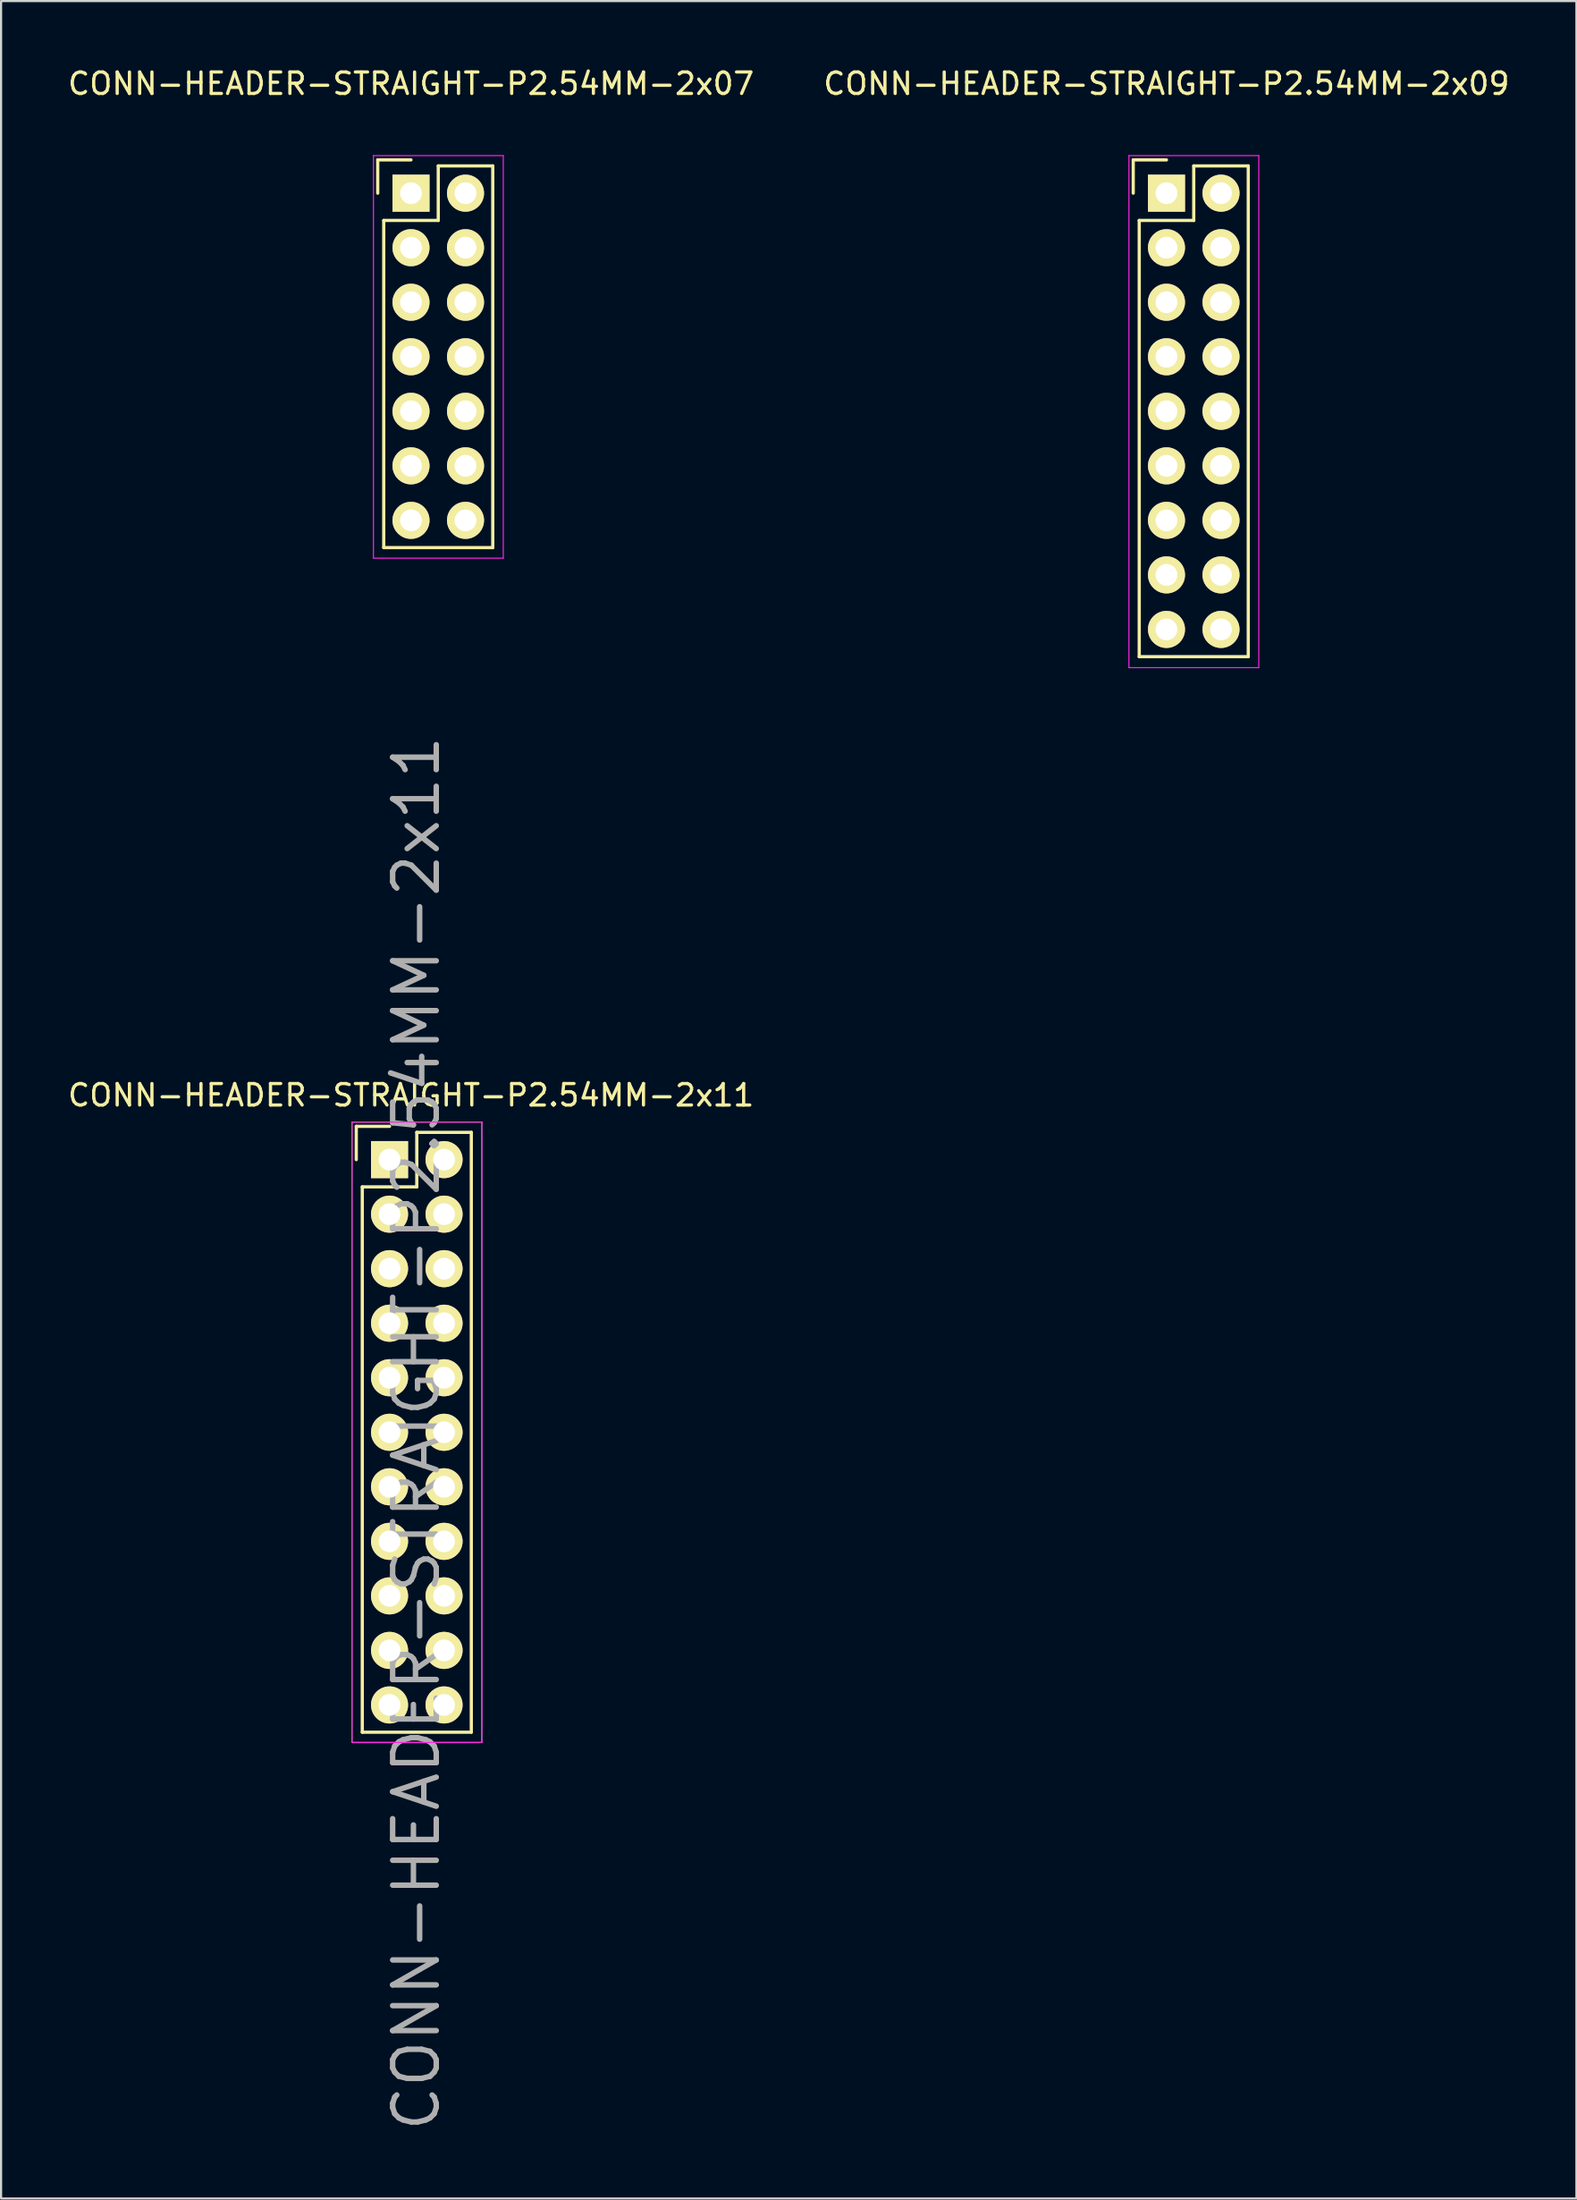
<source format=kicad_pcb>
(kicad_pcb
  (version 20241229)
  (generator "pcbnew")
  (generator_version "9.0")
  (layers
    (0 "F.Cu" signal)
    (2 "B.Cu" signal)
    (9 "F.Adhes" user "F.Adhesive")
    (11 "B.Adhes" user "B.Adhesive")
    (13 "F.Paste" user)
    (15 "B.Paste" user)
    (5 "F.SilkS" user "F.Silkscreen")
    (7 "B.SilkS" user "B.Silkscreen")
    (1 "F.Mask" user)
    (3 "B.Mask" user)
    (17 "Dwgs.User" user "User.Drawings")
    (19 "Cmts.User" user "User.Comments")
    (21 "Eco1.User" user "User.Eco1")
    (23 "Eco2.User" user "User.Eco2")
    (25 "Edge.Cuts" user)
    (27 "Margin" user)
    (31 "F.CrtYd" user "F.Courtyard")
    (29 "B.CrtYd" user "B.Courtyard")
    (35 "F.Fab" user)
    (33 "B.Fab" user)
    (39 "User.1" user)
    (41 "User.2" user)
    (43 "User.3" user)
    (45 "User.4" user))
  (footprint "CONN-HEADER-STRAIGHT-P2.54MM-2x11"
    (layer "F.Cu")
    (at 15.101 50.965)
    (property "Reference" "CONN-HEADER-STRAIGHT-P2.54MM-2x11" (at 1.25 12.75 90) (layer "F.Fab") (effects (font (size 2.032 2.032) (thickness 0.254))))
    (attr through_hole)
    (fp_line (start -1.55 -1.55) (end -1.55 0) (stroke (width 0.15) (type solid)) (layer "F.SilkS"))
    (fp_line (start -1.27 1.27) (end -1.27 26.67) (stroke (width 0.15) (type solid)) (layer "F.SilkS"))
    (fp_line (start 0 -1.55) (end -1.55 -1.55) (stroke (width 0.15) (type solid)) (layer "F.SilkS"))
    (fp_line (start 1.27 -1.27) (end 1.27 1.27) (stroke (width 0.15) (type solid)) (layer "F.SilkS"))
    (fp_line (start 1.27 1.27) (end -1.27 1.27) (stroke (width 0.15) (type solid)) (layer "F.SilkS"))
    (fp_line (start 3.81 -1.27) (end 1.27 -1.27) (stroke (width 0.15) (type solid)) (layer "F.SilkS"))
    (fp_line (start 3.81 26.67) (end -1.27 26.67) (stroke (width 0.15) (type solid)) (layer "F.SilkS"))
    (fp_line (start 3.81 26.67) (end 3.81 -1.27) (stroke (width 0.15) (type solid)) (layer "F.SilkS"))
    (fp_line (start -1.75 -1.75) (end -1.75 27.15) (stroke (width 0.05) (type solid)) (layer "F.CrtYd"))
    (fp_line (start -1.75 -1.75) (end 4.3 -1.75) (stroke (width 0.05) (type solid)) (layer "F.CrtYd"))
    (fp_line (start -1.75 27.15) (end 4.3 27.15) (stroke (width 0.05) (type solid)) (layer "F.CrtYd"))
    (fp_line (start 4.3 -1.75) (end 4.3 27.15) (stroke (width 0.05) (type solid)) (layer "F.CrtYd"))
    (fp_line (start -1.75 -1.75) (end -1.75 27.15) (stroke (width 0.05) (type solid)) (layer "F.Fab"))
    (fp_line (start -1.75 -1.75) (end 4.3 -1.75) (stroke (width 0.05) (type solid)) (layer "F.Fab"))
    (fp_line (start -1.75 27.15) (end 4.3 27.15) (stroke (width 0.05) (type solid)) (layer "F.Fab"))
    (fp_line (start 4.3 -1.75) (end 4.3 27.15) (stroke (width 0.05) (type solid)) (layer "F.Fab"))
    (fp_text user "${REFERENCE}" (at 1 -3 0) (layer "F.SilkS") (effects (font (size 1 1) (thickness 0.15))))
    (pad "1" thru_hole rect (at 0 0) (size 1.727 1.727) (drill 1.016) (layers "*.Cu" "*.Mask" "F.SilkS"))
    (pad "2" thru_hole oval (at 2.54 0) (size 1.727 1.727) (drill 1.016) (layers "*.Cu" "*.Mask" "F.SilkS"))
    (pad "3" thru_hole oval (at 0 2.54) (size 1.727 1.727) (drill 1.016) (layers "*.Cu" "*.Mask" "F.SilkS"))
    (pad "4" thru_hole oval (at 2.54 2.54) (size 1.727 1.727) (drill 1.016) (layers "*.Cu" "*.Mask" "F.SilkS"))
    (pad "5" thru_hole oval (at 0 5.08) (size 1.727 1.727) (drill 1.016) (layers "*.Cu" "*.Mask" "F.SilkS"))
    (pad "6" thru_hole oval (at 2.54 5.08) (size 1.727 1.727) (drill 1.016) (layers "*.Cu" "*.Mask" "F.SilkS"))
    (pad "7" thru_hole oval (at 0 7.62) (size 1.727 1.727) (drill 1.016) (layers "*.Cu" "*.Mask" "F.SilkS"))
    (pad "8" thru_hole oval (at 2.54 7.62) (size 1.727 1.727) (drill 1.016) (layers "*.Cu" "*.Mask" "F.SilkS"))
    (pad "9" thru_hole oval (at 0 10.16) (size 1.727 1.727) (drill 1.016) (layers "*.Cu" "*.Mask" "F.SilkS"))
    (pad "10" thru_hole oval (at 2.54 10.16) (size 1.727 1.727) (drill 1.016) (layers "*.Cu" "*.Mask" "F.SilkS"))
    (pad "11" thru_hole oval (at 0 12.7) (size 1.727 1.727) (drill 1.016) (layers "*.Cu" "*.Mask" "F.SilkS"))
    (pad "12" thru_hole oval (at 2.54 12.7) (size 1.727 1.727) (drill 1.016) (layers "*.Cu" "*.Mask" "F.SilkS"))
    (pad "13" thru_hole oval (at 0 15.24) (size 1.727 1.727) (drill 1.016) (layers "*.Cu" "*.Mask" "F.SilkS"))
    (pad "14" thru_hole oval (at 2.54 15.24) (size 1.727 1.727) (drill 1.016) (layers "*.Cu" "*.Mask" "F.SilkS"))
    (pad "15" thru_hole oval (at 0 17.78) (size 1.727 1.727) (drill 1.016) (layers "*.Cu" "*.Mask" "F.SilkS"))
    (pad "16" thru_hole oval (at 2.54 17.78) (size 1.727 1.727) (drill 1.016) (layers "*.Cu" "*.Mask" "F.SilkS"))
    (pad "17" thru_hole oval (at 0 20.32) (size 1.727 1.727) (drill 1.016) (layers "*.Cu" "*.Mask" "F.SilkS"))
    (pad "18" thru_hole oval (at 2.54 20.32) (size 1.727 1.727) (drill 1.016) (layers "*.Cu" "*.Mask" "F.SilkS"))
    (pad "19" thru_hole oval (at 0 22.86) (size 1.727 1.727) (drill 1.016) (layers "*.Cu" "*.Mask" "F.SilkS"))
    (pad "20" thru_hole oval (at 2.54 22.86) (size 1.727 1.727) (drill 1.016) (layers "*.Cu" "*.Mask" "F.SilkS"))
    (pad "21" thru_hole oval (at 0 25.4) (size 1.727 1.727) (drill 1.016) (layers "*.Cu" "*.Mask" "F.SilkS"))
    (pad "22" thru_hole oval (at 2.54 25.4) (size 1.727 1.727) (drill 1.016) (layers "*.Cu" "*.Mask" "F.SilkS")))
  (footprint "CONN-HEADER-STRAIGHT-P2.54MM-2x09"
    (layer "F.Cu")
    (at 51.304 5.948)
    (property "Reference" "CONN-HEADER-STRAIGHT-P2.54MM-2x09" (at 0 -5.1 0) (layer "F.SilkS") (effects (font (size 1 1) (thickness 0.15))))
    (attr through_hole)
    (fp_line (start -1.55 -1.55) (end -1.55 0) (stroke (width 0.15) (type solid)) (layer "F.SilkS"))
    (fp_line (start -1.27 1.27) (end -1.27 21.59) (stroke (width 0.15) (type solid)) (layer "F.SilkS"))
    (fp_line (start 0 -1.55) (end -1.55 -1.55) (stroke (width 0.15) (type solid)) (layer "F.SilkS"))
    (fp_line (start 1.27 -1.27) (end 1.27 1.27) (stroke (width 0.15) (type solid)) (layer "F.SilkS"))
    (fp_line (start 1.27 1.27) (end -1.27 1.27) (stroke (width 0.15) (type solid)) (layer "F.SilkS"))
    (fp_line (start 3.81 -1.27) (end 1.27 -1.27) (stroke (width 0.15) (type solid)) (layer "F.SilkS"))
    (fp_line (start 3.81 21.59) (end -1.27 21.59) (stroke (width 0.15) (type solid)) (layer "F.SilkS"))
    (fp_line (start 3.81 21.59) (end 3.81 -1.27) (stroke (width 0.15) (type solid)) (layer "F.SilkS"))
    (fp_line (start -1.75 -1.75) (end -1.75 22.1) (stroke (width 0.05) (type solid)) (layer "F.CrtYd"))
    (fp_line (start -1.75 -1.75) (end 4.3 -1.75) (stroke (width 0.05) (type solid)) (layer "F.CrtYd"))
    (fp_line (start -1.75 22.1) (end 4.3 22.1) (stroke (width 0.05) (type solid)) (layer "F.CrtYd"))
    (fp_line (start 4.3 -1.75) (end 4.3 22.1) (stroke (width 0.05) (type solid)) (layer "F.CrtYd"))
    (pad "1" thru_hole rect (at 0 0) (size 1.727 1.727) (drill 1.016) (layers "*.Cu" "*.Mask" "F.SilkS"))
    (pad "2" thru_hole oval (at 2.54 0) (size 1.727 1.727) (drill 1.016) (layers "*.Cu" "*.Mask" "F.SilkS"))
    (pad "3" thru_hole oval (at 0 2.54) (size 1.727 1.727) (drill 1.016) (layers "*.Cu" "*.Mask" "F.SilkS"))
    (pad "4" thru_hole oval (at 2.54 2.54) (size 1.727 1.727) (drill 1.016) (layers "*.Cu" "*.Mask" "F.SilkS"))
    (pad "5" thru_hole oval (at 0 5.08) (size 1.727 1.727) (drill 1.016) (layers "*.Cu" "*.Mask" "F.SilkS"))
    (pad "6" thru_hole oval (at 2.54 5.08) (size 1.727 1.727) (drill 1.016) (layers "*.Cu" "*.Mask" "F.SilkS"))
    (pad "7" thru_hole oval (at 0 7.62) (size 1.727 1.727) (drill 1.016) (layers "*.Cu" "*.Mask" "F.SilkS"))
    (pad "8" thru_hole oval (at 2.54 7.62) (size 1.727 1.727) (drill 1.016) (layers "*.Cu" "*.Mask" "F.SilkS"))
    (pad "9" thru_hole oval (at 0 10.16) (size 1.727 1.727) (drill 1.016) (layers "*.Cu" "*.Mask" "F.SilkS"))
    (pad "10" thru_hole oval (at 2.54 10.16) (size 1.727 1.727) (drill 1.016) (layers "*.Cu" "*.Mask" "F.SilkS"))
    (pad "11" thru_hole oval (at 0 12.7) (size 1.727 1.727) (drill 1.016) (layers "*.Cu" "*.Mask" "F.SilkS"))
    (pad "12" thru_hole oval (at 2.54 12.7) (size 1.727 1.727) (drill 1.016) (layers "*.Cu" "*.Mask" "F.SilkS"))
    (pad "13" thru_hole oval (at 0 15.24) (size 1.727 1.727) (drill 1.016) (layers "*.Cu" "*.Mask" "F.SilkS"))
    (pad "14" thru_hole oval (at 2.54 15.24) (size 1.727 1.727) (drill 1.016) (layers "*.Cu" "*.Mask" "F.SilkS"))
    (pad "15" thru_hole oval (at 0 17.78) (size 1.727 1.727) (drill 1.016) (layers "*.Cu" "*.Mask" "F.SilkS"))
    (pad "16" thru_hole oval (at 2.54 17.78) (size 1.727 1.727) (drill 1.016) (layers "*.Cu" "*.Mask" "F.SilkS"))
    (pad "17" thru_hole oval (at 0 20.32) (size 1.727 1.727) (drill 1.016) (layers "*.Cu" "*.Mask" "F.SilkS"))
    (pad "18" thru_hole oval (at 2.54 20.32) (size 1.727 1.727) (drill 1.016) (layers "*.Cu" "*.Mask" "F.SilkS")))
  (footprint "CONN-HEADER-STRAIGHT-P2.54MM-2x07"
    (layer "F.Cu")
    (at 16.101 5.948)
    (property "Reference" "CONN-HEADER-STRAIGHT-P2.54MM-2x07" (at 0 -5.1 0) (layer "F.SilkS") (effects (font (size 1 1) (thickness 0.15))))
    (attr through_hole)
    (fp_line (start -1.55 -1.55) (end -1.55 0) (stroke (width 0.15) (type solid)) (layer "F.SilkS"))
    (fp_line (start -1.27 1.27) (end -1.27 16.51) (stroke (width 0.15) (type solid)) (layer "F.SilkS"))
    (fp_line (start 0 -1.55) (end -1.55 -1.55) (stroke (width 0.15) (type solid)) (layer "F.SilkS"))
    (fp_line (start 1.27 -1.27) (end 1.27 1.27) (stroke (width 0.15) (type solid)) (layer "F.SilkS"))
    (fp_line (start 1.27 1.27) (end -1.27 1.27) (stroke (width 0.15) (type solid)) (layer "F.SilkS"))
    (fp_line (start 3.81 -1.27) (end 1.27 -1.27) (stroke (width 0.15) (type solid)) (layer "F.SilkS"))
    (fp_line (start 3.81 16.51) (end -1.27 16.51) (stroke (width 0.15) (type solid)) (layer "F.SilkS"))
    (fp_line (start 3.81 16.51) (end 3.81 -1.27) (stroke (width 0.15) (type solid)) (layer "F.SilkS"))
    (fp_line (start -1.75 -1.75) (end -1.75 17) (stroke (width 0.05) (type solid)) (layer "F.CrtYd"))
    (fp_line (start -1.75 -1.75) (end 4.3 -1.75) (stroke (width 0.05) (type solid)) (layer "F.CrtYd"))
    (fp_line (start -1.75 17) (end 4.3 17) (stroke (width 0.05) (type solid)) (layer "F.CrtYd"))
    (fp_line (start 4.3 -1.75) (end 4.3 17) (stroke (width 0.05) (type solid)) (layer "F.CrtYd"))
    (pad "1" thru_hole rect (at 0 0) (size 1.727 1.727) (drill 1.016) (layers "*.Cu" "*.Mask" "F.SilkS"))
    (pad "2" thru_hole oval (at 2.54 0) (size 1.727 1.727) (drill 1.016) (layers "*.Cu" "*.Mask" "F.SilkS"))
    (pad "3" thru_hole oval (at 0 2.54) (size 1.727 1.727) (drill 1.016) (layers "*.Cu" "*.Mask" "F.SilkS"))
    (pad "4" thru_hole oval (at 2.54 2.54) (size 1.727 1.727) (drill 1.016) (layers "*.Cu" "*.Mask" "F.SilkS"))
    (pad "5" thru_hole oval (at 0 5.08) (size 1.727 1.727) (drill 1.016) (layers "*.Cu" "*.Mask" "F.SilkS"))
    (pad "6" thru_hole oval (at 2.54 5.08) (size 1.727 1.727) (drill 1.016) (layers "*.Cu" "*.Mask" "F.SilkS"))
    (pad "7" thru_hole oval (at 0 7.62) (size 1.727 1.727) (drill 1.016) (layers "*.Cu" "*.Mask" "F.SilkS"))
    (pad "8" thru_hole oval (at 2.54 7.62) (size 1.727 1.727) (drill 1.016) (layers "*.Cu" "*.Mask" "F.SilkS"))
    (pad "9" thru_hole oval (at 0 10.16) (size 1.727 1.727) (drill 1.016) (layers "*.Cu" "*.Mask" "F.SilkS"))
    (pad "10" thru_hole oval (at 2.54 10.16) (size 1.727 1.727) (drill 1.016) (layers "*.Cu" "*.Mask" "F.SilkS"))
    (pad "11" thru_hole oval (at 0 12.7) (size 1.727 1.727) (drill 1.016) (layers "*.Cu" "*.Mask" "F.SilkS"))
    (pad "12" thru_hole oval (at 2.54 12.7) (size 1.727 1.727) (drill 1.016) (layers "*.Cu" "*.Mask" "F.SilkS"))
    (pad "13" thru_hole oval (at 0 15.24) (size 1.727 1.727) (drill 1.016) (layers "*.Cu" "*.Mask" "F.SilkS"))
    (pad "14" thru_hole oval (at 2.54 15.24) (size 1.727 1.727) (drill 1.016) (layers "*.Cu" "*.Mask" "F.SilkS")))
  (gr_rect
    (start -3 -3)
    (end 70.405 99.356)
    (stroke (width 0.1) (type default))
    (fill no)
    (layer "Edge.Cuts")))
</source>
